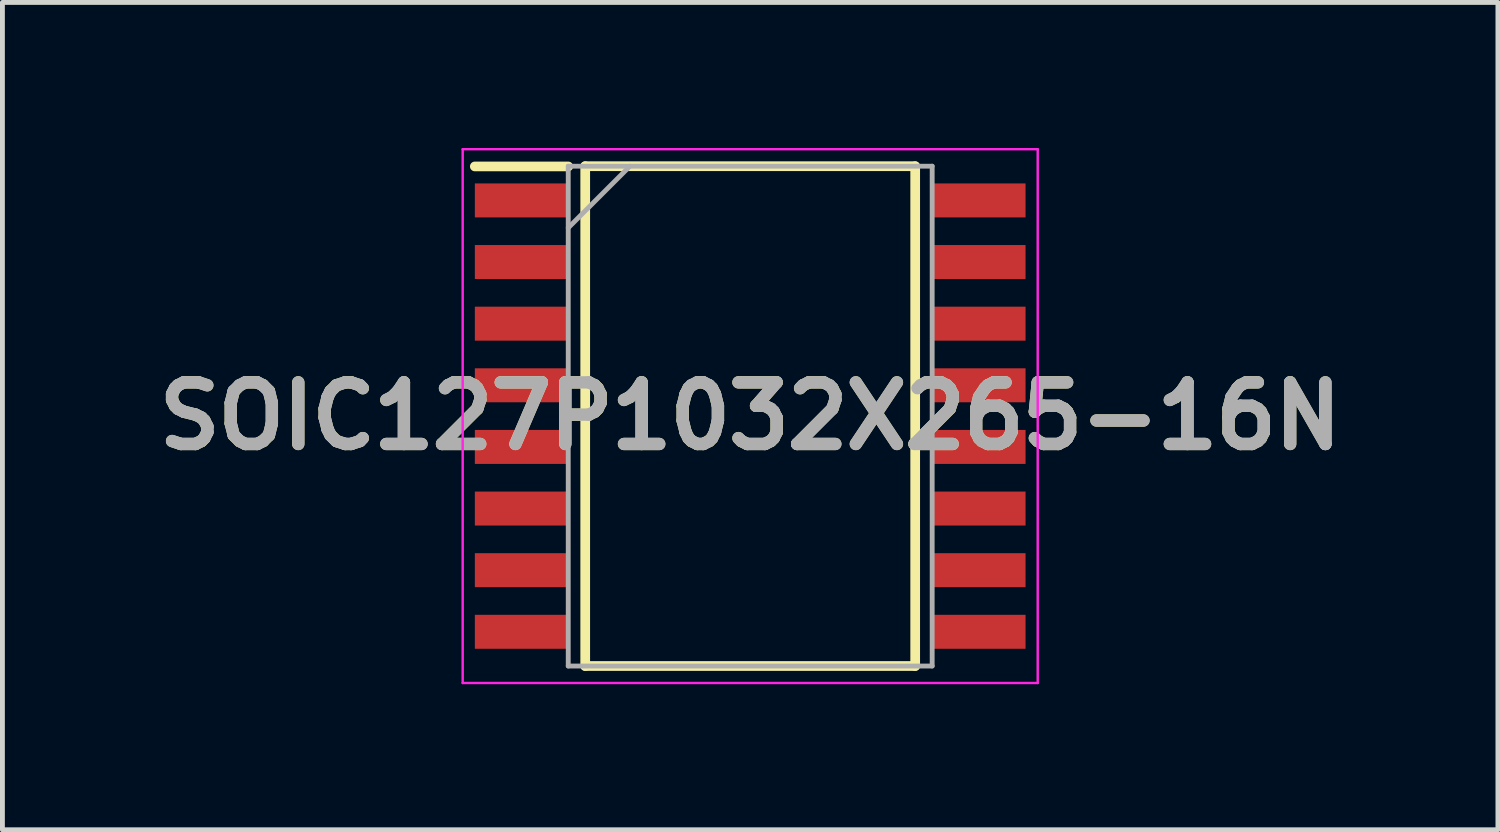
<source format=kicad_pcb>
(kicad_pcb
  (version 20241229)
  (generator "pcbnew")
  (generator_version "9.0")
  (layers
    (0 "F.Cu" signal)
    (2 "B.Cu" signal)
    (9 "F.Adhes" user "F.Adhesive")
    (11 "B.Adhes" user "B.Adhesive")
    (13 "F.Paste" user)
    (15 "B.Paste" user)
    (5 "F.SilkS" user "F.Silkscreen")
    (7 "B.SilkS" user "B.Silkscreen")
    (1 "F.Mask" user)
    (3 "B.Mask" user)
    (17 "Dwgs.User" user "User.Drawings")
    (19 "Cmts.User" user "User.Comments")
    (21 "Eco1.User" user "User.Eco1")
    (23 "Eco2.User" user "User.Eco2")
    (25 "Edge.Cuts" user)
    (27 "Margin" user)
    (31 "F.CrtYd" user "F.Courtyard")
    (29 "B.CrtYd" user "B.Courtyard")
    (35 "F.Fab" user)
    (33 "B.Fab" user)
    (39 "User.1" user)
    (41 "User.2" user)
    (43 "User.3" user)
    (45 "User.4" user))
  (footprint "SOIC127P1032X265-16N"
    (layer "F.Cu")
    (at 12.41 5.525)
    (property "Reference" "SOIC127P1032X265-16N" (at 0 0 0) (layer "F.SilkS") (effects (font (size 1.27 1.27) (thickness 0.254))))
    (attr smd)
    (fp_line (start -5.675 -5.145) (end -3.75 -5.145) (stroke (width 0.2) (type solid)) (layer "F.SilkS"))
    (fp_line (start -3.4 -5.15) (end 3.4 -5.15) (stroke (width 0.2) (type solid)) (layer "F.SilkS"))
    (fp_line (start -3.4 5.15) (end -3.4 -5.15) (stroke (width 0.2) (type solid)) (layer "F.SilkS"))
    (fp_line (start 3.4 -5.15) (end 3.4 5.15) (stroke (width 0.2) (type solid)) (layer "F.SilkS"))
    (fp_line (start 3.4 5.15) (end -3.4 5.15) (stroke (width 0.2) (type solid)) (layer "F.SilkS"))
    (fp_line (start -5.925 -5.5) (end 5.925 -5.5) (stroke (width 0.05) (type solid)) (layer "F.CrtYd"))
    (fp_line (start -5.925 5.5) (end -5.925 -5.5) (stroke (width 0.05) (type solid)) (layer "F.CrtYd"))
    (fp_line (start 5.925 -5.5) (end 5.925 5.5) (stroke (width 0.05) (type solid)) (layer "F.CrtYd"))
    (fp_line (start 5.925 5.5) (end -5.925 5.5) (stroke (width 0.05) (type solid)) (layer "F.CrtYd"))
    (fp_line (start -3.75 -5.15) (end 3.75 -5.15) (stroke (width 0.1) (type solid)) (layer "F.Fab"))
    (fp_line (start -3.75 -3.88) (end -2.48 -5.15) (stroke (width 0.1) (type solid)) (layer "F.Fab"))
    (fp_line (start -3.75 5.15) (end -3.75 -5.15) (stroke (width 0.1) (type solid)) (layer "F.Fab"))
    (fp_line (start 3.75 -5.15) (end 3.75 5.15) (stroke (width 0.1) (type solid)) (layer "F.Fab"))
    (fp_line (start 3.75 5.15) (end -3.75 5.15) (stroke (width 0.1) (type solid)) (layer "F.Fab"))
    (fp_text user "${REFERENCE}" (at 0 0 0) (layer "F.Fab") (effects (font (size 1.27 1.27) (thickness 0.254))))
    (pad "1" smd rect (at -4.712 -4.445 90) (size 0.7 1.925) (layers "F.Cu" "F.Mask" "F.Paste"))
    (pad "2" smd rect (at -4.712 -3.175 90) (size 0.7 1.925) (layers "F.Cu" "F.Mask" "F.Paste"))
    (pad "3" smd rect (at -4.712 -1.905 90) (size 0.7 1.925) (layers "F.Cu" "F.Mask" "F.Paste"))
    (pad "4" smd rect (at -4.712 -0.635 90) (size 0.7 1.925) (layers "F.Cu" "F.Mask" "F.Paste"))
    (pad "5" smd rect (at -4.712 0.635 90) (size 0.7 1.925) (layers "F.Cu" "F.Mask" "F.Paste"))
    (pad "6" smd rect (at -4.712 1.905 90) (size 0.7 1.925) (layers "F.Cu" "F.Mask" "F.Paste"))
    (pad "7" smd rect (at -4.712 3.175 90) (size 0.7 1.925) (layers "F.Cu" "F.Mask" "F.Paste"))
    (pad "8" smd rect (at -4.712 4.445 90) (size 0.7 1.925) (layers "F.Cu" "F.Mask" "F.Paste"))
    (pad "9" smd rect (at 4.712 4.445 90) (size 0.7 1.925) (layers "F.Cu" "F.Mask" "F.Paste"))
    (pad "10" smd rect (at 4.712 3.175 90) (size 0.7 1.925) (layers "F.Cu" "F.Mask" "F.Paste"))
    (pad "11" smd rect (at 4.712 1.905 90) (size 0.7 1.925) (layers "F.Cu" "F.Mask" "F.Paste"))
    (pad "12" smd rect (at 4.712 0.635 90) (size 0.7 1.925) (layers "F.Cu" "F.Mask" "F.Paste"))
    (pad "13" smd rect (at 4.712 -0.635 90) (size 0.7 1.925) (layers "F.Cu" "F.Mask" "F.Paste"))
    (pad "14" smd rect (at 4.712 -1.905 90) (size 0.7 1.925) (layers "F.Cu" "F.Mask" "F.Paste"))
    (pad "15" smd rect (at 4.712 -3.175 90) (size 0.7 1.925) (layers "F.Cu" "F.Mask" "F.Paste"))
    (pad "16" smd rect (at 4.712 -4.445 90) (size 0.7 1.925) (layers "F.Cu" "F.Mask" "F.Paste")))
  (gr_rect
    (start -3 -3)
    (end 27.819 14.05)
    (stroke (width 0.1) (type default))
    (fill no)
    (layer "Edge.Cuts")))
</source>
